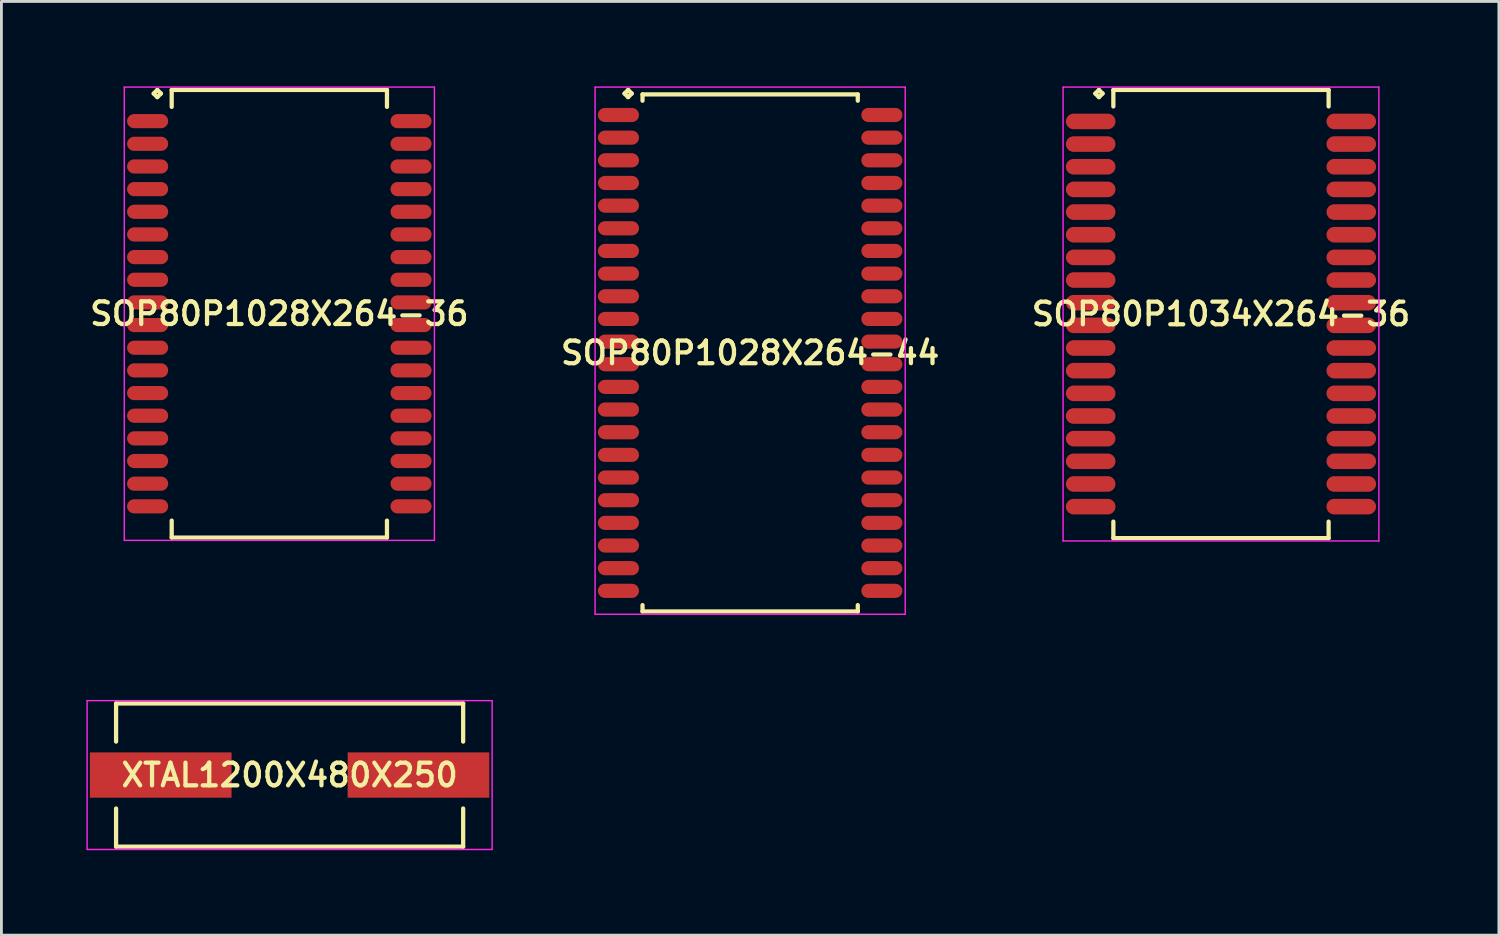
<source format=kicad_pcb>
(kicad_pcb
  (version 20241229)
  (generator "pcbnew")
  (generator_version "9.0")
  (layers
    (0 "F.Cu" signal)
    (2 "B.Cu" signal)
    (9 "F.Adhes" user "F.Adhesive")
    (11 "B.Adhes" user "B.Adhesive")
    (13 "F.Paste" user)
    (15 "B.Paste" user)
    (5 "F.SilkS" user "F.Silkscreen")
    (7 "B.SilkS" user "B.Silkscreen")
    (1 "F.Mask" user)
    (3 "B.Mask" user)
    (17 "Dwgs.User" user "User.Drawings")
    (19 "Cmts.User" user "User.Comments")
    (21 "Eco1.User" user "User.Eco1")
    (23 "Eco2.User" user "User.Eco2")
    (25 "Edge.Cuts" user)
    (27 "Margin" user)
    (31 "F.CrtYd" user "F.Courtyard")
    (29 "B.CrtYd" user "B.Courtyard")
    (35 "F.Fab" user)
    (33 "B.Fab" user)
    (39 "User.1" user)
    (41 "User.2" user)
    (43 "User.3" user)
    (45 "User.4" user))
  (footprint "XTAL1200X480X250"
    (layer "F.Cu")
    (at 7.175 24.314)
    (property "Reference" "XTAL1200X480X250" (at 0 0 0) (layer "F.SilkS") (effects (font (size 0.8 0.8) (thickness 0.15))))
    (attr smd)
    (fp_line (start -6.127 -2.527) (end 6.127 -2.527) (stroke (width 0.15) (type solid)) (layer "F.SilkS"))
    (fp_line (start -6.127 -1.181) (end -6.127 -2.527) (stroke (width 0.15) (type solid)) (layer "F.SilkS"))
    (fp_line (start -6.127 1.181) (end -6.127 2.527) (stroke (width 0.15) (type solid)) (layer "F.SilkS"))
    (fp_line (start -6.127 2.527) (end 6.127 2.527) (stroke (width 0.15) (type solid)) (layer "F.SilkS"))
    (fp_line (start 6.127 -2.527) (end 6.127 -1.181) (stroke (width 0.15) (type solid)) (layer "F.SilkS"))
    (fp_line (start 6.127 2.527) (end 6.127 1.181) (stroke (width 0.15) (type solid)) (layer "F.SilkS"))
    (fp_line (start -7.15 -2.627) (end 7.15 -2.627) (stroke (width 0.05) (type solid)) (layer "F.CrtYd"))
    (fp_line (start -7.15 2.627) (end -7.15 -2.627) (stroke (width 0.05) (type solid)) (layer "F.CrtYd"))
    (fp_line (start 7.15 -2.627) (end 7.15 2.627) (stroke (width 0.05) (type solid)) (layer "F.CrtYd"))
    (fp_line (start 7.15 2.627) (end -7.15 2.627) (stroke (width 0.05) (type solid)) (layer "F.CrtYd"))
    (pad "1" smd rect (at -4.55 0) (size 5 1.6) (layers "F.Cu" "F.Mask" "F.Paste"))
    (pad "2" smd rect (at 4.55 0) (size 5 1.6) (layers "F.Cu" "F.Mask" "F.Paste")))
  (footprint "SOP80P1034X264-36"
    (layer "F.Cu")
    (at 40.058 8.037)
    (property "Reference" "SOP80P1034X264-36" (at 0 0 0) (layer "F.SilkS") (effects (font (size 0.8 0.8) (thickness 0.15))))
    (attr smd)
    (fp_line (start -4.435 -7.785) (end -4.308 -7.912) (stroke (width 0.15) (type solid)) (layer "F.SilkS"))
    (fp_line (start -4.308 -7.912) (end -4.181 -7.785) (stroke (width 0.15) (type solid)) (layer "F.SilkS"))
    (fp_line (start -4.308 -7.658) (end -4.435 -7.785) (stroke (width 0.15) (type solid)) (layer "F.SilkS"))
    (fp_line (start -4.181 -7.785) (end -4.308 -7.658) (stroke (width 0.15) (type solid)) (layer "F.SilkS"))
    (fp_line (start -3.8 -7.912) (end 3.8 -7.912) (stroke (width 0.15) (type solid)) (layer "F.SilkS"))
    (fp_line (start -3.8 -7.329) (end -3.8 -7.912) (stroke (width 0.15) (type solid)) (layer "F.SilkS"))
    (fp_line (start -3.8 7.329) (end -3.8 7.912) (stroke (width 0.15) (type solid)) (layer "F.SilkS"))
    (fp_line (start -3.8 7.912) (end 3.8 7.912) (stroke (width 0.15) (type solid)) (layer "F.SilkS"))
    (fp_line (start 3.8 -7.912) (end 3.8 -7.329) (stroke (width 0.15) (type solid)) (layer "F.SilkS"))
    (fp_line (start 3.8 7.912) (end 3.8 7.329) (stroke (width 0.15) (type solid)) (layer "F.SilkS"))
    (fp_line (start -5.575 -8.012) (end 5.575 -8.012) (stroke (width 0.05) (type solid)) (layer "F.CrtYd"))
    (fp_line (start -5.575 8.012) (end -5.575 -8.012) (stroke (width 0.05) (type solid)) (layer "F.CrtYd"))
    (fp_line (start 5.575 -8.012) (end 5.575 8.012) (stroke (width 0.05) (type solid)) (layer "F.CrtYd"))
    (fp_line (start 5.575 8.012) (end -5.575 8.012) (stroke (width 0.05) (type solid)) (layer "F.CrtYd"))
    (pad "1" smd oval (at -4.6 -6.8) (size 1.75 0.55) (layers "F.Cu" "F.Mask" "F.Paste"))
    (pad "2" smd oval (at -4.6 -6) (size 1.75 0.55) (layers "F.Cu" "F.Mask" "F.Paste"))
    (pad "3" smd oval (at -4.6 -5.2) (size 1.75 0.55) (layers "F.Cu" "F.Mask" "F.Paste"))
    (pad "4" smd oval (at -4.6 -4.4) (size 1.75 0.55) (layers "F.Cu" "F.Mask" "F.Paste"))
    (pad "5" smd oval (at -4.6 -3.6) (size 1.75 0.55) (layers "F.Cu" "F.Mask" "F.Paste"))
    (pad "6" smd oval (at -4.6 -2.8) (size 1.75 0.55) (layers "F.Cu" "F.Mask" "F.Paste"))
    (pad "7" smd oval (at -4.6 -2) (size 1.75 0.55) (layers "F.Cu" "F.Mask" "F.Paste"))
    (pad "8" smd oval (at -4.6 -1.2) (size 1.75 0.55) (layers "F.Cu" "F.Mask" "F.Paste"))
    (pad "9" smd oval (at -4.6 -0.4) (size 1.75 0.55) (layers "F.Cu" "F.Mask" "F.Paste"))
    (pad "10" smd oval (at -4.6 0.4) (size 1.75 0.55) (layers "F.Cu" "F.Mask" "F.Paste"))
    (pad "11" smd oval (at -4.6 1.2) (size 1.75 0.55) (layers "F.Cu" "F.Mask" "F.Paste"))
    (pad "12" smd oval (at -4.6 2) (size 1.75 0.55) (layers "F.Cu" "F.Mask" "F.Paste"))
    (pad "13" smd oval (at -4.6 2.8) (size 1.75 0.55) (layers "F.Cu" "F.Mask" "F.Paste"))
    (pad "14" smd oval (at -4.6 3.6) (size 1.75 0.55) (layers "F.Cu" "F.Mask" "F.Paste"))
    (pad "15" smd oval (at -4.6 4.4) (size 1.75 0.55) (layers "F.Cu" "F.Mask" "F.Paste"))
    (pad "16" smd oval (at -4.6 5.2) (size 1.75 0.55) (layers "F.Cu" "F.Mask" "F.Paste"))
    (pad "17" smd oval (at -4.6 6) (size 1.75 0.55) (layers "F.Cu" "F.Mask" "F.Paste"))
    (pad "18" smd oval (at -4.6 6.8) (size 1.75 0.55) (layers "F.Cu" "F.Mask" "F.Paste"))
    (pad "19" smd oval (at 4.6 6.8) (size 1.75 0.55) (layers "F.Cu" "F.Mask" "F.Paste"))
    (pad "20" smd oval (at 4.6 6) (size 1.75 0.55) (layers "F.Cu" "F.Mask" "F.Paste"))
    (pad "21" smd oval (at 4.6 5.2) (size 1.75 0.55) (layers "F.Cu" "F.Mask" "F.Paste"))
    (pad "22" smd oval (at 4.6 4.4) (size 1.75 0.55) (layers "F.Cu" "F.Mask" "F.Paste"))
    (pad "23" smd oval (at 4.6 3.6) (size 1.75 0.55) (layers "F.Cu" "F.Mask" "F.Paste"))
    (pad "24" smd oval (at 4.6 2.8) (size 1.75 0.55) (layers "F.Cu" "F.Mask" "F.Paste"))
    (pad "25" smd oval (at 4.6 2) (size 1.75 0.55) (layers "F.Cu" "F.Mask" "F.Paste"))
    (pad "26" smd oval (at 4.6 1.2) (size 1.75 0.55) (layers "F.Cu" "F.Mask" "F.Paste"))
    (pad "27" smd oval (at 4.6 0.4) (size 1.75 0.55) (layers "F.Cu" "F.Mask" "F.Paste"))
    (pad "28" smd oval (at 4.6 -0.4) (size 1.75 0.55) (layers "F.Cu" "F.Mask" "F.Paste"))
    (pad "29" smd oval (at 4.6 -1.2) (size 1.75 0.55) (layers "F.Cu" "F.Mask" "F.Paste"))
    (pad "30" smd oval (at 4.6 -2) (size 1.75 0.55) (layers "F.Cu" "F.Mask" "F.Paste"))
    (pad "31" smd oval (at 4.6 -2.8) (size 1.75 0.55) (layers "F.Cu" "F.Mask" "F.Paste"))
    (pad "32" smd oval (at 4.6 -3.6) (size 1.75 0.55) (layers "F.Cu" "F.Mask" "F.Paste"))
    (pad "33" smd oval (at 4.6 -4.4) (size 1.75 0.55) (layers "F.Cu" "F.Mask" "F.Paste"))
    (pad "34" smd oval (at 4.6 -5.2) (size 1.75 0.55) (layers "F.Cu" "F.Mask" "F.Paste"))
    (pad "35" smd oval (at 4.6 -6) (size 1.75 0.55) (layers "F.Cu" "F.Mask" "F.Paste"))
    (pad "36" smd oval (at 4.6 -6.8) (size 1.75 0.55) (layers "F.Cu" "F.Mask" "F.Paste")))
  (footprint "SOP80P1028X264-44"
    (layer "F.Cu")
    (at 23.435 9.41)
    (property "Reference" "SOP80P1028X264-44" (at 0 0 0) (layer "F.SilkS") (effects (font (size 0.8 0.8) (thickness 0.15))))
    (attr smd)
    (fp_line (start -4.435 -9.158) (end -4.308 -9.285) (stroke (width 0.15) (type solid)) (layer "F.SilkS"))
    (fp_line (start -4.308 -9.285) (end -4.181 -9.158) (stroke (width 0.15) (type solid)) (layer "F.SilkS"))
    (fp_line (start -4.308 -9.031) (end -4.435 -9.158) (stroke (width 0.15) (type solid)) (layer "F.SilkS"))
    (fp_line (start -4.181 -9.158) (end -4.308 -9.031) (stroke (width 0.15) (type solid)) (layer "F.SilkS"))
    (fp_line (start -3.8 -9.127) (end 3.8 -9.127) (stroke (width 0.15) (type solid)) (layer "F.SilkS"))
    (fp_line (start -3.8 -8.904) (end -3.8 -9.127) (stroke (width 0.15) (type solid)) (layer "F.SilkS"))
    (fp_line (start -3.8 8.904) (end -3.8 9.127) (stroke (width 0.15) (type solid)) (layer "F.SilkS"))
    (fp_line (start -3.8 9.127) (end 3.8 9.127) (stroke (width 0.15) (type solid)) (layer "F.SilkS"))
    (fp_line (start 3.8 -9.127) (end 3.8 -8.904) (stroke (width 0.15) (type solid)) (layer "F.SilkS"))
    (fp_line (start 3.8 9.127) (end 3.8 8.904) (stroke (width 0.15) (type solid)) (layer "F.SilkS"))
    (fp_line (start -5.475 -9.385) (end 5.475 -9.385) (stroke (width 0.05) (type solid)) (layer "F.CrtYd"))
    (fp_line (start -5.475 9.227) (end -5.475 -9.385) (stroke (width 0.05) (type solid)) (layer "F.CrtYd"))
    (fp_line (start 5.475 -9.385) (end 5.475 9.227) (stroke (width 0.05) (type solid)) (layer "F.CrtYd"))
    (fp_line (start 5.475 9.227) (end -5.475 9.227) (stroke (width 0.05) (type solid)) (layer "F.CrtYd"))
    (pad "1" smd oval (at -4.65 -8.4) (size 1.45 0.5) (layers "F.Cu" "F.Mask" "F.Paste"))
    (pad "2" smd oval (at -4.65 -7.6) (size 1.45 0.5) (layers "F.Cu" "F.Mask" "F.Paste"))
    (pad "3" smd oval (at -4.65 -6.8) (size 1.45 0.5) (layers "F.Cu" "F.Mask" "F.Paste"))
    (pad "4" smd oval (at -4.65 -6) (size 1.45 0.5) (layers "F.Cu" "F.Mask" "F.Paste"))
    (pad "5" smd oval (at -4.65 -5.2) (size 1.45 0.5) (layers "F.Cu" "F.Mask" "F.Paste"))
    (pad "6" smd oval (at -4.65 -4.4) (size 1.45 0.5) (layers "F.Cu" "F.Mask" "F.Paste"))
    (pad "7" smd oval (at -4.65 -3.6) (size 1.45 0.5) (layers "F.Cu" "F.Mask" "F.Paste"))
    (pad "8" smd oval (at -4.65 -2.8) (size 1.45 0.5) (layers "F.Cu" "F.Mask" "F.Paste"))
    (pad "9" smd oval (at -4.65 -2) (size 1.45 0.5) (layers "F.Cu" "F.Mask" "F.Paste"))
    (pad "10" smd oval (at -4.65 -1.2) (size 1.45 0.5) (layers "F.Cu" "F.Mask" "F.Paste"))
    (pad "11" smd oval (at -4.65 -0.4) (size 1.45 0.5) (layers "F.Cu" "F.Mask" "F.Paste"))
    (pad "12" smd oval (at -4.65 0.4) (size 1.45 0.5) (layers "F.Cu" "F.Mask" "F.Paste"))
    (pad "13" smd oval (at -4.65 1.2) (size 1.45 0.5) (layers "F.Cu" "F.Mask" "F.Paste"))
    (pad "14" smd oval (at -4.65 2) (size 1.45 0.5) (layers "F.Cu" "F.Mask" "F.Paste"))
    (pad "15" smd oval (at -4.65 2.8) (size 1.45 0.5) (layers "F.Cu" "F.Mask" "F.Paste"))
    (pad "16" smd oval (at -4.65 3.6) (size 1.45 0.5) (layers "F.Cu" "F.Mask" "F.Paste"))
    (pad "17" smd oval (at -4.65 4.4) (size 1.45 0.5) (layers "F.Cu" "F.Mask" "F.Paste"))
    (pad "18" smd oval (at -4.65 5.2) (size 1.45 0.5) (layers "F.Cu" "F.Mask" "F.Paste"))
    (pad "19" smd oval (at -4.65 6) (size 1.45 0.5) (layers "F.Cu" "F.Mask" "F.Paste"))
    (pad "20" smd oval (at -4.65 6.8) (size 1.45 0.5) (layers "F.Cu" "F.Mask" "F.Paste"))
    (pad "21" smd oval (at -4.65 7.6) (size 1.45 0.5) (layers "F.Cu" "F.Mask" "F.Paste"))
    (pad "22" smd oval (at -4.65 8.4) (size 1.45 0.5) (layers "F.Cu" "F.Mask" "F.Paste"))
    (pad "23" smd oval (at 4.65 8.4) (size 1.45 0.5) (layers "F.Cu" "F.Mask" "F.Paste"))
    (pad "24" smd oval (at 4.65 7.6) (size 1.45 0.5) (layers "F.Cu" "F.Mask" "F.Paste"))
    (pad "25" smd oval (at 4.65 6.8) (size 1.45 0.5) (layers "F.Cu" "F.Mask" "F.Paste"))
    (pad "26" smd oval (at 4.65 6) (size 1.45 0.5) (layers "F.Cu" "F.Mask" "F.Paste"))
    (pad "27" smd oval (at 4.65 5.2) (size 1.45 0.5) (layers "F.Cu" "F.Mask" "F.Paste"))
    (pad "28" smd oval (at 4.65 4.4) (size 1.45 0.5) (layers "F.Cu" "F.Mask" "F.Paste"))
    (pad "29" smd oval (at 4.65 3.6) (size 1.45 0.5) (layers "F.Cu" "F.Mask" "F.Paste"))
    (pad "30" smd oval (at 4.65 2.8) (size 1.45 0.5) (layers "F.Cu" "F.Mask" "F.Paste"))
    (pad "31" smd oval (at 4.65 2) (size 1.45 0.5) (layers "F.Cu" "F.Mask" "F.Paste"))
    (pad "32" smd oval (at 4.65 1.2) (size 1.45 0.5) (layers "F.Cu" "F.Mask" "F.Paste"))
    (pad "33" smd oval (at 4.65 0.4) (size 1.45 0.5) (layers "F.Cu" "F.Mask" "F.Paste"))
    (pad "34" smd oval (at 4.65 -0.4) (size 1.45 0.5) (layers "F.Cu" "F.Mask" "F.Paste"))
    (pad "35" smd oval (at 4.65 -1.2) (size 1.45 0.5) (layers "F.Cu" "F.Mask" "F.Paste"))
    (pad "36" smd oval (at 4.65 -2) (size 1.45 0.5) (layers "F.Cu" "F.Mask" "F.Paste"))
    (pad "37" smd oval (at 4.65 -2.8) (size 1.45 0.5) (layers "F.Cu" "F.Mask" "F.Paste"))
    (pad "38" smd oval (at 4.65 -3.6) (size 1.45 0.5) (layers "F.Cu" "F.Mask" "F.Paste"))
    (pad "39" smd oval (at 4.65 -4.4) (size 1.45 0.5) (layers "F.Cu" "F.Mask" "F.Paste"))
    (pad "40" smd oval (at 4.65 -5.2) (size 1.45 0.5) (layers "F.Cu" "F.Mask" "F.Paste"))
    (pad "41" smd oval (at 4.65 -6) (size 1.45 0.5) (layers "F.Cu" "F.Mask" "F.Paste"))
    (pad "42" smd oval (at 4.65 -6.8) (size 1.45 0.5) (layers "F.Cu" "F.Mask" "F.Paste"))
    (pad "43" smd oval (at 4.65 -7.6) (size 1.45 0.5) (layers "F.Cu" "F.Mask" "F.Paste"))
    (pad "44" smd oval (at 4.65 -8.4) (size 1.45 0.5) (layers "F.Cu" "F.Mask" "F.Paste")))
  (footprint "SOP80P1028X264-36"
    (layer "F.Cu")
    (at 6.812 8.027)
    (property "Reference" "SOP80P1028X264-36" (at 0 0 0) (layer "F.SilkS") (effects (font (size 0.8 0.8) (thickness 0.15))))
    (attr smd)
    (fp_line (start -4.435 -7.775) (end -4.308 -7.902) (stroke (width 0.15) (type solid)) (layer "F.SilkS"))
    (fp_line (start -4.308 -7.902) (end -4.181 -7.775) (stroke (width 0.15) (type solid)) (layer "F.SilkS"))
    (fp_line (start -4.308 -7.648) (end -4.435 -7.775) (stroke (width 0.15) (type solid)) (layer "F.SilkS"))
    (fp_line (start -4.181 -7.775) (end -4.308 -7.648) (stroke (width 0.15) (type solid)) (layer "F.SilkS"))
    (fp_line (start -3.8 -7.902) (end 3.8 -7.902) (stroke (width 0.15) (type solid)) (layer "F.SilkS"))
    (fp_line (start -3.8 -7.304) (end -3.8 -7.902) (stroke (width 0.15) (type solid)) (layer "F.SilkS"))
    (fp_line (start -3.8 7.304) (end -3.8 7.902) (stroke (width 0.15) (type solid)) (layer "F.SilkS"))
    (fp_line (start -3.8 7.902) (end 3.8 7.902) (stroke (width 0.15) (type solid)) (layer "F.SilkS"))
    (fp_line (start 3.8 -7.902) (end 3.8 -7.304) (stroke (width 0.15) (type solid)) (layer "F.SilkS"))
    (fp_line (start 3.8 7.902) (end 3.8 7.304) (stroke (width 0.15) (type solid)) (layer "F.SilkS"))
    (fp_line (start -5.475 -8.002) (end 5.475 -8.002) (stroke (width 0.05) (type solid)) (layer "F.CrtYd"))
    (fp_line (start -5.475 8.002) (end -5.475 -8.002) (stroke (width 0.05) (type solid)) (layer "F.CrtYd"))
    (fp_line (start 5.475 -8.002) (end 5.475 8.002) (stroke (width 0.05) (type solid)) (layer "F.CrtYd"))
    (fp_line (start 5.475 8.002) (end -5.475 8.002) (stroke (width 0.05) (type solid)) (layer "F.CrtYd"))
    (pad "1" smd oval (at -4.65 -6.8) (size 1.45 0.5) (layers "F.Cu" "F.Mask" "F.Paste"))
    (pad "2" smd oval (at -4.65 -6) (size 1.45 0.5) (layers "F.Cu" "F.Mask" "F.Paste"))
    (pad "3" smd oval (at -4.65 -5.2) (size 1.45 0.5) (layers "F.Cu" "F.Mask" "F.Paste"))
    (pad "4" smd oval (at -4.65 -4.4) (size 1.45 0.5) (layers "F.Cu" "F.Mask" "F.Paste"))
    (pad "5" smd oval (at -4.65 -3.6) (size 1.45 0.5) (layers "F.Cu" "F.Mask" "F.Paste"))
    (pad "6" smd oval (at -4.65 -2.8) (size 1.45 0.5) (layers "F.Cu" "F.Mask" "F.Paste"))
    (pad "7" smd oval (at -4.65 -2) (size 1.45 0.5) (layers "F.Cu" "F.Mask" "F.Paste"))
    (pad "8" smd oval (at -4.65 -1.2) (size 1.45 0.5) (layers "F.Cu" "F.Mask" "F.Paste"))
    (pad "9" smd oval (at -4.65 -0.4) (size 1.45 0.5) (layers "F.Cu" "F.Mask" "F.Paste"))
    (pad "10" smd oval (at -4.65 0.4) (size 1.45 0.5) (layers "F.Cu" "F.Mask" "F.Paste"))
    (pad "11" smd oval (at -4.65 1.2) (size 1.45 0.5) (layers "F.Cu" "F.Mask" "F.Paste"))
    (pad "12" smd oval (at -4.65 2) (size 1.45 0.5) (layers "F.Cu" "F.Mask" "F.Paste"))
    (pad "13" smd oval (at -4.65 2.8) (size 1.45 0.5) (layers "F.Cu" "F.Mask" "F.Paste"))
    (pad "14" smd oval (at -4.65 3.6) (size 1.45 0.5) (layers "F.Cu" "F.Mask" "F.Paste"))
    (pad "15" smd oval (at -4.65 4.4) (size 1.45 0.5) (layers "F.Cu" "F.Mask" "F.Paste"))
    (pad "16" smd oval (at -4.65 5.2) (size 1.45 0.5) (layers "F.Cu" "F.Mask" "F.Paste"))
    (pad "17" smd oval (at -4.65 6) (size 1.45 0.5) (layers "F.Cu" "F.Mask" "F.Paste"))
    (pad "18" smd oval (at -4.65 6.8) (size 1.45 0.5) (layers "F.Cu" "F.Mask" "F.Paste"))
    (pad "19" smd oval (at 4.65 6.8) (size 1.45 0.5) (layers "F.Cu" "F.Mask" "F.Paste"))
    (pad "20" smd oval (at 4.65 6) (size 1.45 0.5) (layers "F.Cu" "F.Mask" "F.Paste"))
    (pad "21" smd oval (at 4.65 5.2) (size 1.45 0.5) (layers "F.Cu" "F.Mask" "F.Paste"))
    (pad "22" smd oval (at 4.65 4.4) (size 1.45 0.5) (layers "F.Cu" "F.Mask" "F.Paste"))
    (pad "23" smd oval (at 4.65 3.6) (size 1.45 0.5) (layers "F.Cu" "F.Mask" "F.Paste"))
    (pad "24" smd oval (at 4.65 2.8) (size 1.45 0.5) (layers "F.Cu" "F.Mask" "F.Paste"))
    (pad "25" smd oval (at 4.65 2) (size 1.45 0.5) (layers "F.Cu" "F.Mask" "F.Paste"))
    (pad "26" smd oval (at 4.65 1.2) (size 1.45 0.5) (layers "F.Cu" "F.Mask" "F.Paste"))
    (pad "27" smd oval (at 4.65 0.4) (size 1.45 0.5) (layers "F.Cu" "F.Mask" "F.Paste"))
    (pad "28" smd oval (at 4.65 -0.4) (size 1.45 0.5) (layers "F.Cu" "F.Mask" "F.Paste"))
    (pad "29" smd oval (at 4.65 -1.2) (size 1.45 0.5) (layers "F.Cu" "F.Mask" "F.Paste"))
    (pad "30" smd oval (at 4.65 -2) (size 1.45 0.5) (layers "F.Cu" "F.Mask" "F.Paste"))
    (pad "31" smd oval (at 4.65 -2.8) (size 1.45 0.5) (layers "F.Cu" "F.Mask" "F.Paste"))
    (pad "32" smd oval (at 4.65 -3.6) (size 1.45 0.5) (layers "F.Cu" "F.Mask" "F.Paste"))
    (pad "33" smd oval (at 4.65 -4.4) (size 1.45 0.5) (layers "F.Cu" "F.Mask" "F.Paste"))
    (pad "34" smd oval (at 4.65 -5.2) (size 1.45 0.5) (layers "F.Cu" "F.Mask" "F.Paste"))
    (pad "35" smd oval (at 4.65 -6) (size 1.45 0.5) (layers "F.Cu" "F.Mask" "F.Paste"))
    (pad "36" smd oval (at 4.65 -6.8) (size 1.45 0.5) (layers "F.Cu" "F.Mask" "F.Paste")))
  (gr_rect
    (start -3 -3)
    (end 49.87 29.966)
    (stroke (width 0.1) (type default))
    (fill no)
    (layer "Edge.Cuts")))
</source>
